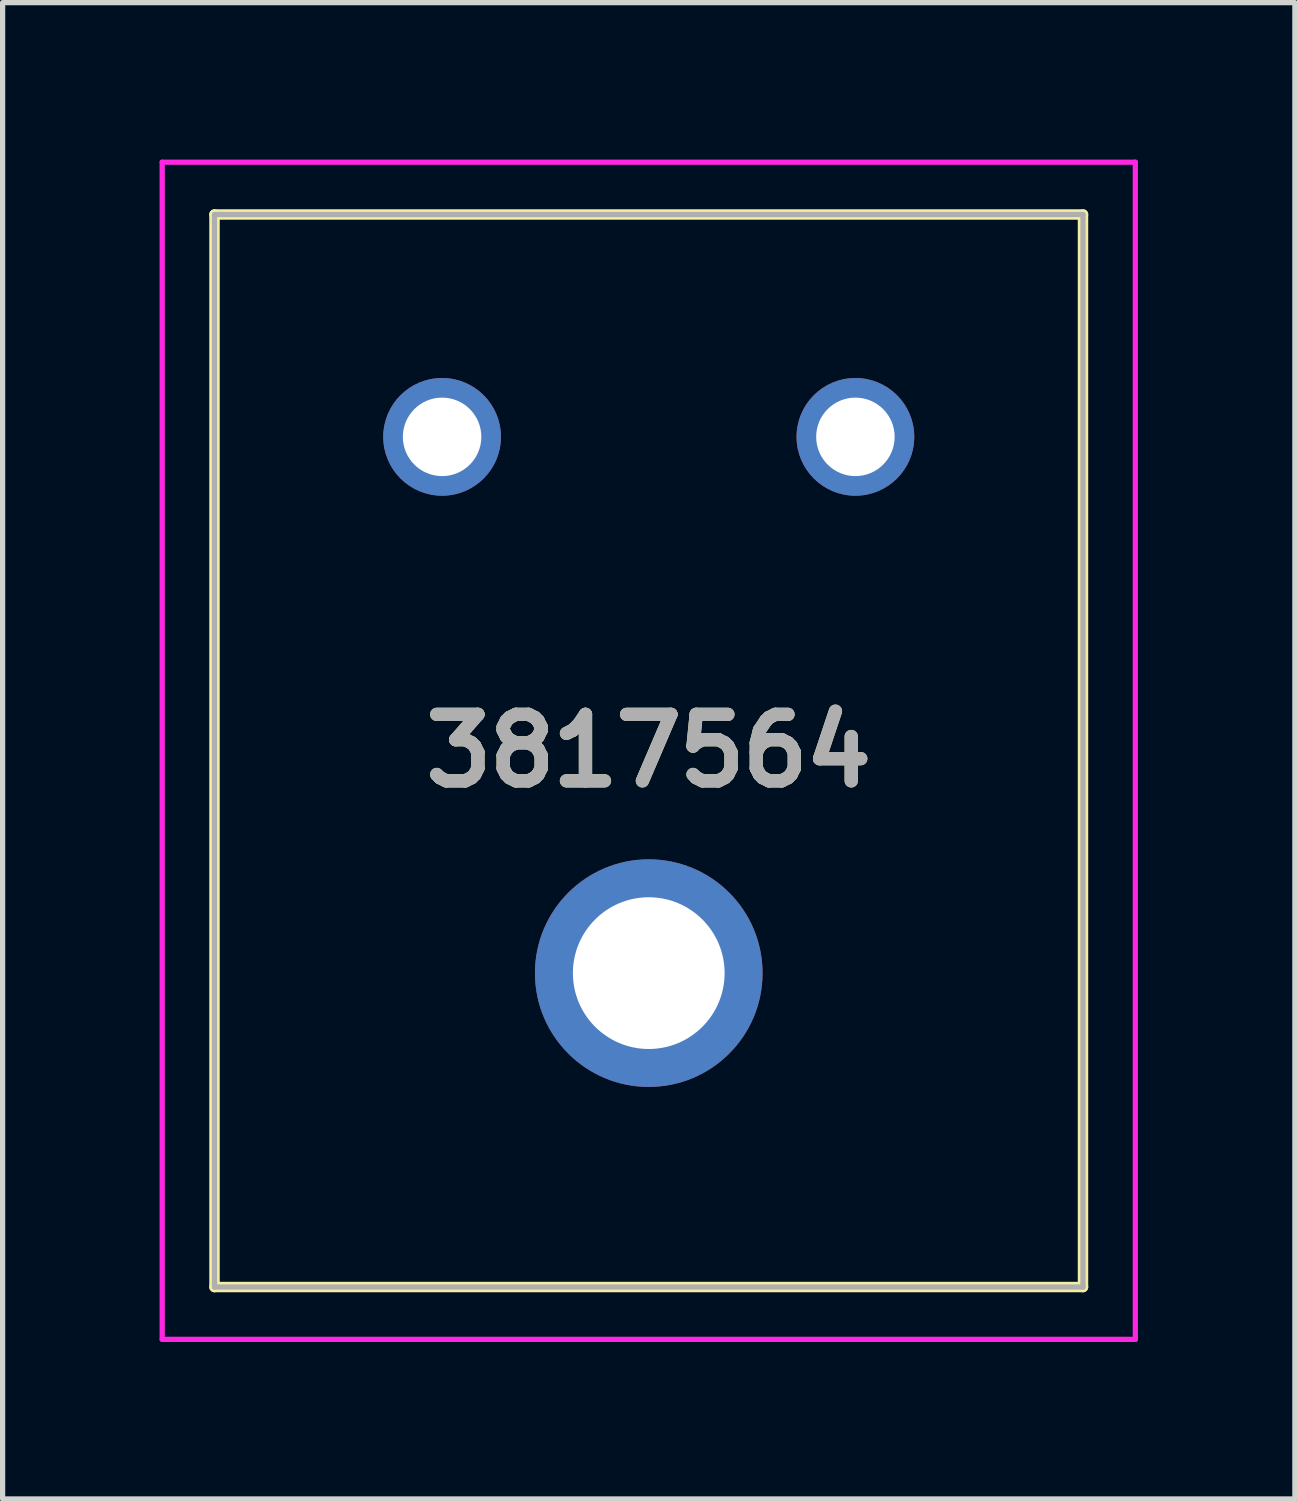
<source format=kicad_pcb>
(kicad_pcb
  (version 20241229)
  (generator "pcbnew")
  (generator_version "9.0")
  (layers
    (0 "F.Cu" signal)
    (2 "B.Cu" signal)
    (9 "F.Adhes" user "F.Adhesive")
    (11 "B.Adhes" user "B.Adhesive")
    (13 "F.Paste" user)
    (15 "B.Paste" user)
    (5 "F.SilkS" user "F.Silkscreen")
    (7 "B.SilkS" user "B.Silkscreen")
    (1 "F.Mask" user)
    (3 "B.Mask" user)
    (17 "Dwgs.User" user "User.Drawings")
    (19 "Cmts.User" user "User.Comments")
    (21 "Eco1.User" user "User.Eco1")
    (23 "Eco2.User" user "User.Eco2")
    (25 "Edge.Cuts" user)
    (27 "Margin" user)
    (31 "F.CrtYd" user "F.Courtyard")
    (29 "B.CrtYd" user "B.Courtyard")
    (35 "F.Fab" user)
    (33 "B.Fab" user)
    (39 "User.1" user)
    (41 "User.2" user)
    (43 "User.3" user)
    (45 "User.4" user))
  (footprint "3817564"
    (layer "F.Cu")
    (at 5.4 5.3)
    (property "Reference" "3817564" (at 3.95 6 0) (layer "F.SilkS") (effects (font (size 1.27 1.27) (thickness 0.254))))
    (attr through_hole)
    (fp_line (start -4.35 -4.25) (end 12.25 -4.25) (stroke (width 0.2) (type solid)) (layer "F.SilkS"))
    (fp_line (start -4.35 16.25) (end -4.35 -4.25) (stroke (width 0.2) (type solid)) (layer "F.SilkS"))
    (fp_line (start 12.25 -4.25) (end 12.25 16.25) (stroke (width 0.2) (type solid)) (layer "F.SilkS"))
    (fp_line (start 12.25 16.25) (end -4.35 16.25) (stroke (width 0.2) (type solid)) (layer "F.SilkS"))
    (fp_line (start -5.35 -5.25) (end 13.25 -5.25) (stroke (width 0.1) (type solid)) (layer "F.CrtYd"))
    (fp_line (start -5.35 17.25) (end -5.35 -5.25) (stroke (width 0.1) (type solid)) (layer "F.CrtYd"))
    (fp_line (start 13.25 -5.25) (end 13.25 17.25) (stroke (width 0.1) (type solid)) (layer "F.CrtYd"))
    (fp_line (start 13.25 17.25) (end -5.35 17.25) (stroke (width 0.1) (type solid)) (layer "F.CrtYd"))
    (fp_line (start -4.35 -4.25) (end 12.25 -4.25) (stroke (width 0.1) (type solid)) (layer "F.Fab"))
    (fp_line (start -4.35 16.25) (end -4.35 -4.25) (stroke (width 0.1) (type solid)) (layer "F.Fab"))
    (fp_line (start 12.25 -4.25) (end 12.25 16.25) (stroke (width 0.1) (type solid)) (layer "F.Fab"))
    (fp_line (start 12.25 16.25) (end -4.35 16.25) (stroke (width 0.1) (type solid)) (layer "F.Fab"))
    (fp_text user "${REFERENCE}" (at 3.95 6 0) (layer "F.Fab") (effects (font (size 1.27 1.27) (thickness 0.254))))
    (pad "1" thru_hole circle (at 0 0) (size 2.25 2.25) (drill 1.5) (layers "*.Cu" "*.Mask"))
    (pad "2" thru_hole circle (at 7.9 0) (size 2.25 2.25) (drill 1.5) (layers "*.Cu" "*.Mask"))
    (pad "MH1" thru_hole circle (at 3.95 10.25) (size 4.35 4.35) (drill 2.9) (layers "*.Cu" "*.Mask")))
  (gr_rect
    (start -3 -3)
    (end 21.7 25.6)
    (stroke (width 0.1) (type default))
    (fill no)
    (layer "Edge.Cuts")))
</source>
